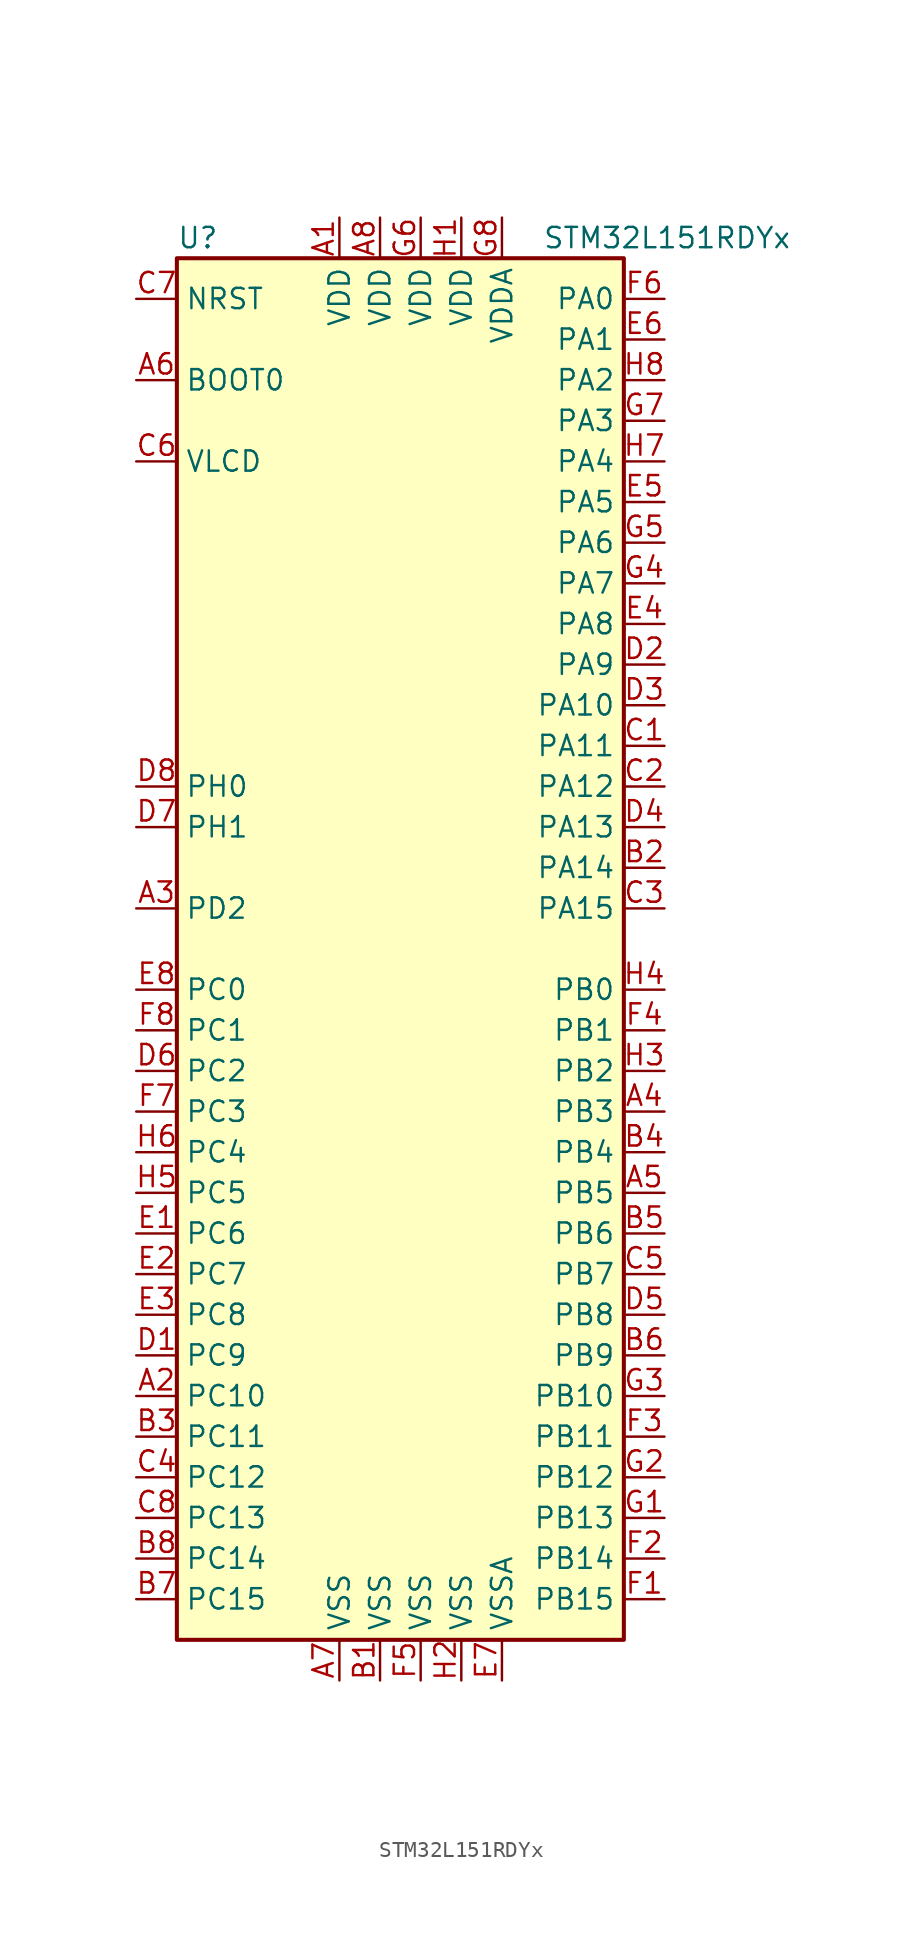
<source format=kicad_sym>
(kicad_symbol_lib
  (version 20201005)
  (generator kicad_symbol_editor)
  (symbol "STM32L151RDYx"
    (property "Reference" "U"
      (at -15.24 44.45 0)
      (effects (font (size 1.27 1.27)) (justify left)))
    (property "Value" "STM32L151RDYx"
      (at 7.62 44.45 0)
      (effects (font (size 1.27 1.27)) (justify left)))
    (symbol "STM32L151RDYx_0_1"
      (rectangle (start -15.24 -43.18) (end 12.7 43.18) (stroke (width 0.254)) (fill (type background))))
    (symbol "STM32L151RDYx_1_1"
      (pin input line (at -17.78 35.56 0) (length 2.54) (name "BOOT0" (effects (font (size 1.27 1.27)))) (number "A6" (effects (font (size 1.27 1.27)))))
      (pin input line (at -17.78 40.64 0) (length 2.54) (name "NRST" (effects (font (size 1.27 1.27)))) (number "C7" (effects (font (size 1.27 1.27)))))
      (pin bidirectional line (at 15.24 40.64 180) (length 2.54) (name "PA0" (effects (font (size 1.27 1.27)))) (number "F6" (effects (font (size 1.27 1.27)))))
      (pin bidirectional line (at 15.24 38.1 180) (length 2.54) (name "PA1" (effects (font (size 1.27 1.27)))) (number "E6" (effects (font (size 1.27 1.27)))))
      (pin bidirectional line (at 15.24 15.24 180) (length 2.54) (name "PA10" (effects (font (size 1.27 1.27)))) (number "D3" (effects (font (size 1.27 1.27)))))
      (pin bidirectional line (at 15.24 12.7 180) (length 2.54) (name "PA11" (effects (font (size 1.27 1.27)))) (number "C1" (effects (font (size 1.27 1.27)))))
      (pin bidirectional line (at 15.24 10.16 180) (length 2.54) (name "PA12" (effects (font (size 1.27 1.27)))) (number "C2" (effects (font (size 1.27 1.27)))))
      (pin bidirectional line (at 15.24 7.62 180) (length 2.54) (name "PA13" (effects (font (size 1.27 1.27)))) (number "D4" (effects (font (size 1.27 1.27)))))
      (pin bidirectional line (at 15.24 5.08 180) (length 2.54) (name "PA14" (effects (font (size 1.27 1.27)))) (number "B2" (effects (font (size 1.27 1.27)))))
      (pin bidirectional line (at 15.24 2.54 180) (length 2.54) (name "PA15" (effects (font (size 1.27 1.27)))) (number "C3" (effects (font (size 1.27 1.27)))))
      (pin bidirectional line (at 15.24 35.56 180) (length 2.54) (name "PA2" (effects (font (size 1.27 1.27)))) (number "H8" (effects (font (size 1.27 1.27)))))
      (pin bidirectional line (at 15.24 33.02 180) (length 2.54) (name "PA3" (effects (font (size 1.27 1.27)))) (number "G7" (effects (font (size 1.27 1.27)))))
      (pin bidirectional line (at 15.24 30.48 180) (length 2.54) (name "PA4" (effects (font (size 1.27 1.27)))) (number "H7" (effects (font (size 1.27 1.27)))))
      (pin bidirectional line (at 15.24 27.94 180) (length 2.54) (name "PA5" (effects (font (size 1.27 1.27)))) (number "E5" (effects (font (size 1.27 1.27)))))
      (pin bidirectional line (at 15.24 25.4 180) (length 2.54) (name "PA6" (effects (font (size 1.27 1.27)))) (number "G5" (effects (font (size 1.27 1.27)))))
      (pin bidirectional line (at 15.24 22.86 180) (length 2.54) (name "PA7" (effects (font (size 1.27 1.27)))) (number "G4" (effects (font (size 1.27 1.27)))))
      (pin bidirectional line (at 15.24 20.32 180) (length 2.54) (name "PA8" (effects (font (size 1.27 1.27)))) (number "E4" (effects (font (size 1.27 1.27)))))
      (pin bidirectional line (at 15.24 17.78 180) (length 2.54) (name "PA9" (effects (font (size 1.27 1.27)))) (number "D2" (effects (font (size 1.27 1.27)))))
      (pin bidirectional line (at 15.24 -2.54 180) (length 2.54) (name "PB0" (effects (font (size 1.27 1.27)))) (number "H4" (effects (font (size 1.27 1.27)))))
      (pin bidirectional line (at 15.24 -5.08 180) (length 2.54) (name "PB1" (effects (font (size 1.27 1.27)))) (number "F4" (effects (font (size 1.27 1.27)))))
      (pin bidirectional line (at 15.24 -27.94 180) (length 2.54) (name "PB10" (effects (font (size 1.27 1.27)))) (number "G3" (effects (font (size 1.27 1.27)))))
      (pin bidirectional line (at 15.24 -30.48 180) (length 2.54) (name "PB11" (effects (font (size 1.27 1.27)))) (number "F3" (effects (font (size 1.27 1.27)))))
      (pin bidirectional line (at 15.24 -33.02 180) (length 2.54) (name "PB12" (effects (font (size 1.27 1.27)))) (number "G2" (effects (font (size 1.27 1.27)))))
      (pin bidirectional line (at 15.24 -35.56 180) (length 2.54) (name "PB13" (effects (font (size 1.27 1.27)))) (number "G1" (effects (font (size 1.27 1.27)))))
      (pin bidirectional line (at 15.24 -38.1 180) (length 2.54) (name "PB14" (effects (font (size 1.27 1.27)))) (number "F2" (effects (font (size 1.27 1.27)))))
      (pin bidirectional line (at 15.24 -40.64 180) (length 2.54) (name "PB15" (effects (font (size 1.27 1.27)))) (number "F1" (effects (font (size 1.27 1.27)))))
      (pin bidirectional line (at 15.24 -7.62 180) (length 2.54) (name "PB2" (effects (font (size 1.27 1.27)))) (number "H3" (effects (font (size 1.27 1.27)))))
      (pin bidirectional line (at 15.24 -10.16 180) (length 2.54) (name "PB3" (effects (font (size 1.27 1.27)))) (number "A4" (effects (font (size 1.27 1.27)))))
      (pin bidirectional line (at 15.24 -12.7 180) (length 2.54) (name "PB4" (effects (font (size 1.27 1.27)))) (number "B4" (effects (font (size 1.27 1.27)))))
      (pin bidirectional line (at 15.24 -15.24 180) (length 2.54) (name "PB5" (effects (font (size 1.27 1.27)))) (number "A5" (effects (font (size 1.27 1.27)))))
      (pin bidirectional line (at 15.24 -17.78 180) (length 2.54) (name "PB6" (effects (font (size 1.27 1.27)))) (number "B5" (effects (font (size 1.27 1.27)))))
      (pin bidirectional line (at 15.24 -20.32 180) (length 2.54) (name "PB7" (effects (font (size 1.27 1.27)))) (number "C5" (effects (font (size 1.27 1.27)))))
      (pin bidirectional line (at 15.24 -22.86 180) (length 2.54) (name "PB8" (effects (font (size 1.27 1.27)))) (number "D5" (effects (font (size 1.27 1.27)))))
      (pin bidirectional line (at 15.24 -25.4 180) (length 2.54) (name "PB9" (effects (font (size 1.27 1.27)))) (number "B6" (effects (font (size 1.27 1.27)))))
      (pin bidirectional line (at -17.78 -2.54 0) (length 2.54) (name "PC0" (effects (font (size 1.27 1.27)))) (number "E8" (effects (font (size 1.27 1.27)))))
      (pin bidirectional line (at -17.78 -5.08 0) (length 2.54) (name "PC1" (effects (font (size 1.27 1.27)))) (number "F8" (effects (font (size 1.27 1.27)))))
      (pin bidirectional line (at -17.78 -27.94 0) (length 2.54) (name "PC10" (effects (font (size 1.27 1.27)))) (number "A2" (effects (font (size 1.27 1.27)))))
      (pin bidirectional line (at -17.78 -30.48 0) (length 2.54) (name "PC11" (effects (font (size 1.27 1.27)))) (number "B3" (effects (font (size 1.27 1.27)))))
      (pin bidirectional line (at -17.78 -33.02 0) (length 2.54) (name "PC12" (effects (font (size 1.27 1.27)))) (number "C4" (effects (font (size 1.27 1.27)))))
      (pin bidirectional line (at -17.78 -35.56 0) (length 2.54) (name "PC13" (effects (font (size 1.27 1.27)))) (number "C8" (effects (font (size 1.27 1.27)))))
      (pin bidirectional line (at -17.78 -38.1 0) (length 2.54) (name "PC14" (effects (font (size 1.27 1.27)))) (number "B8" (effects (font (size 1.27 1.27)))))
      (pin bidirectional line (at -17.78 -40.64 0) (length 2.54) (name "PC15" (effects (font (size 1.27 1.27)))) (number "B7" (effects (font (size 1.27 1.27)))))
      (pin bidirectional line (at -17.78 -7.62 0) (length 2.54) (name "PC2" (effects (font (size 1.27 1.27)))) (number "D6" (effects (font (size 1.27 1.27)))))
      (pin bidirectional line (at -17.78 -10.16 0) (length 2.54) (name "PC3" (effects (font (size 1.27 1.27)))) (number "F7" (effects (font (size 1.27 1.27)))))
      (pin bidirectional line (at -17.78 -12.7 0) (length 2.54) (name "PC4" (effects (font (size 1.27 1.27)))) (number "H6" (effects (font (size 1.27 1.27)))))
      (pin bidirectional line (at -17.78 -15.24 0) (length 2.54) (name "PC5" (effects (font (size 1.27 1.27)))) (number "H5" (effects (font (size 1.27 1.27)))))
      (pin bidirectional line (at -17.78 -17.78 0) (length 2.54) (name "PC6" (effects (font (size 1.27 1.27)))) (number "E1" (effects (font (size 1.27 1.27)))))
      (pin bidirectional line (at -17.78 -20.32 0) (length 2.54) (name "PC7" (effects (font (size 1.27 1.27)))) (number "E2" (effects (font (size 1.27 1.27)))))
      (pin bidirectional line (at -17.78 -22.86 0) (length 2.54) (name "PC8" (effects (font (size 1.27 1.27)))) (number "E3" (effects (font (size 1.27 1.27)))))
      (pin bidirectional line (at -17.78 -25.4 0) (length 2.54) (name "PC9" (effects (font (size 1.27 1.27)))) (number "D1" (effects (font (size 1.27 1.27)))))
      (pin bidirectional line (at -17.78 2.54 0) (length 2.54) (name "PD2" (effects (font (size 1.27 1.27)))) (number "A3" (effects (font (size 1.27 1.27)))))
      (pin input line (at -17.78 10.16 0) (length 2.54) (name "PH0" (effects (font (size 1.27 1.27)))) (number "D8" (effects (font (size 1.27 1.27)))))
      (pin input line (at -17.78 7.62 0) (length 2.54) (name "PH1" (effects (font (size 1.27 1.27)))) (number "D7" (effects (font (size 1.27 1.27)))))
      (pin power_in line (at -5.08 45.72 270) (length 2.54) (name "VDD" (effects (font (size 1.27 1.27)))) (number "A1" (effects (font (size 1.27 1.27)))))
      (pin power_in line (at -2.54 45.72 270) (length 2.54) (name "VDD" (effects (font (size 1.27 1.27)))) (number "A8" (effects (font (size 1.27 1.27)))))
      (pin power_in line (at 0 45.72 270) (length 2.54) (name "VDD" (effects (font (size 1.27 1.27)))) (number "G6" (effects (font (size 1.27 1.27)))))
      (pin power_in line (at 2.54 45.72 270) (length 2.54) (name "VDD" (effects (font (size 1.27 1.27)))) (number "H1" (effects (font (size 1.27 1.27)))))
      (pin power_in line (at 5.08 45.72 270) (length 2.54) (name "VDDA" (effects (font (size 1.27 1.27)))) (number "G8" (effects (font (size 1.27 1.27)))))
      (pin power_in line (at -17.78 30.48 0) (length 2.54) (name "VLCD" (effects (font (size 1.27 1.27)))) (number "C6" (effects (font (size 1.27 1.27)))))
      (pin power_in line (at -5.08 -45.72 90) (length 2.54) (name "VSS" (effects (font (size 1.27 1.27)))) (number "A7" (effects (font (size 1.27 1.27)))))
      (pin power_in line (at -2.54 -45.72 90) (length 2.54) (name "VSS" (effects (font (size 1.27 1.27)))) (number "B1" (effects (font (size 1.27 1.27)))))
      (pin power_in line (at 0 -45.72 90) (length 2.54) (name "VSS" (effects (font (size 1.27 1.27)))) (number "F5" (effects (font (size 1.27 1.27)))))
      (pin power_in line (at 2.54 -45.72 90) (length 2.54) (name "VSS" (effects (font (size 1.27 1.27)))) (number "H2" (effects (font (size 1.27 1.27)))))
      (pin power_in line (at 5.08 -45.72 90) (length 2.54) (name "VSSA" (effects (font (size 1.27 1.27)))) (number "E7" (effects (font (size 1.27 1.27))))))))
</source>
